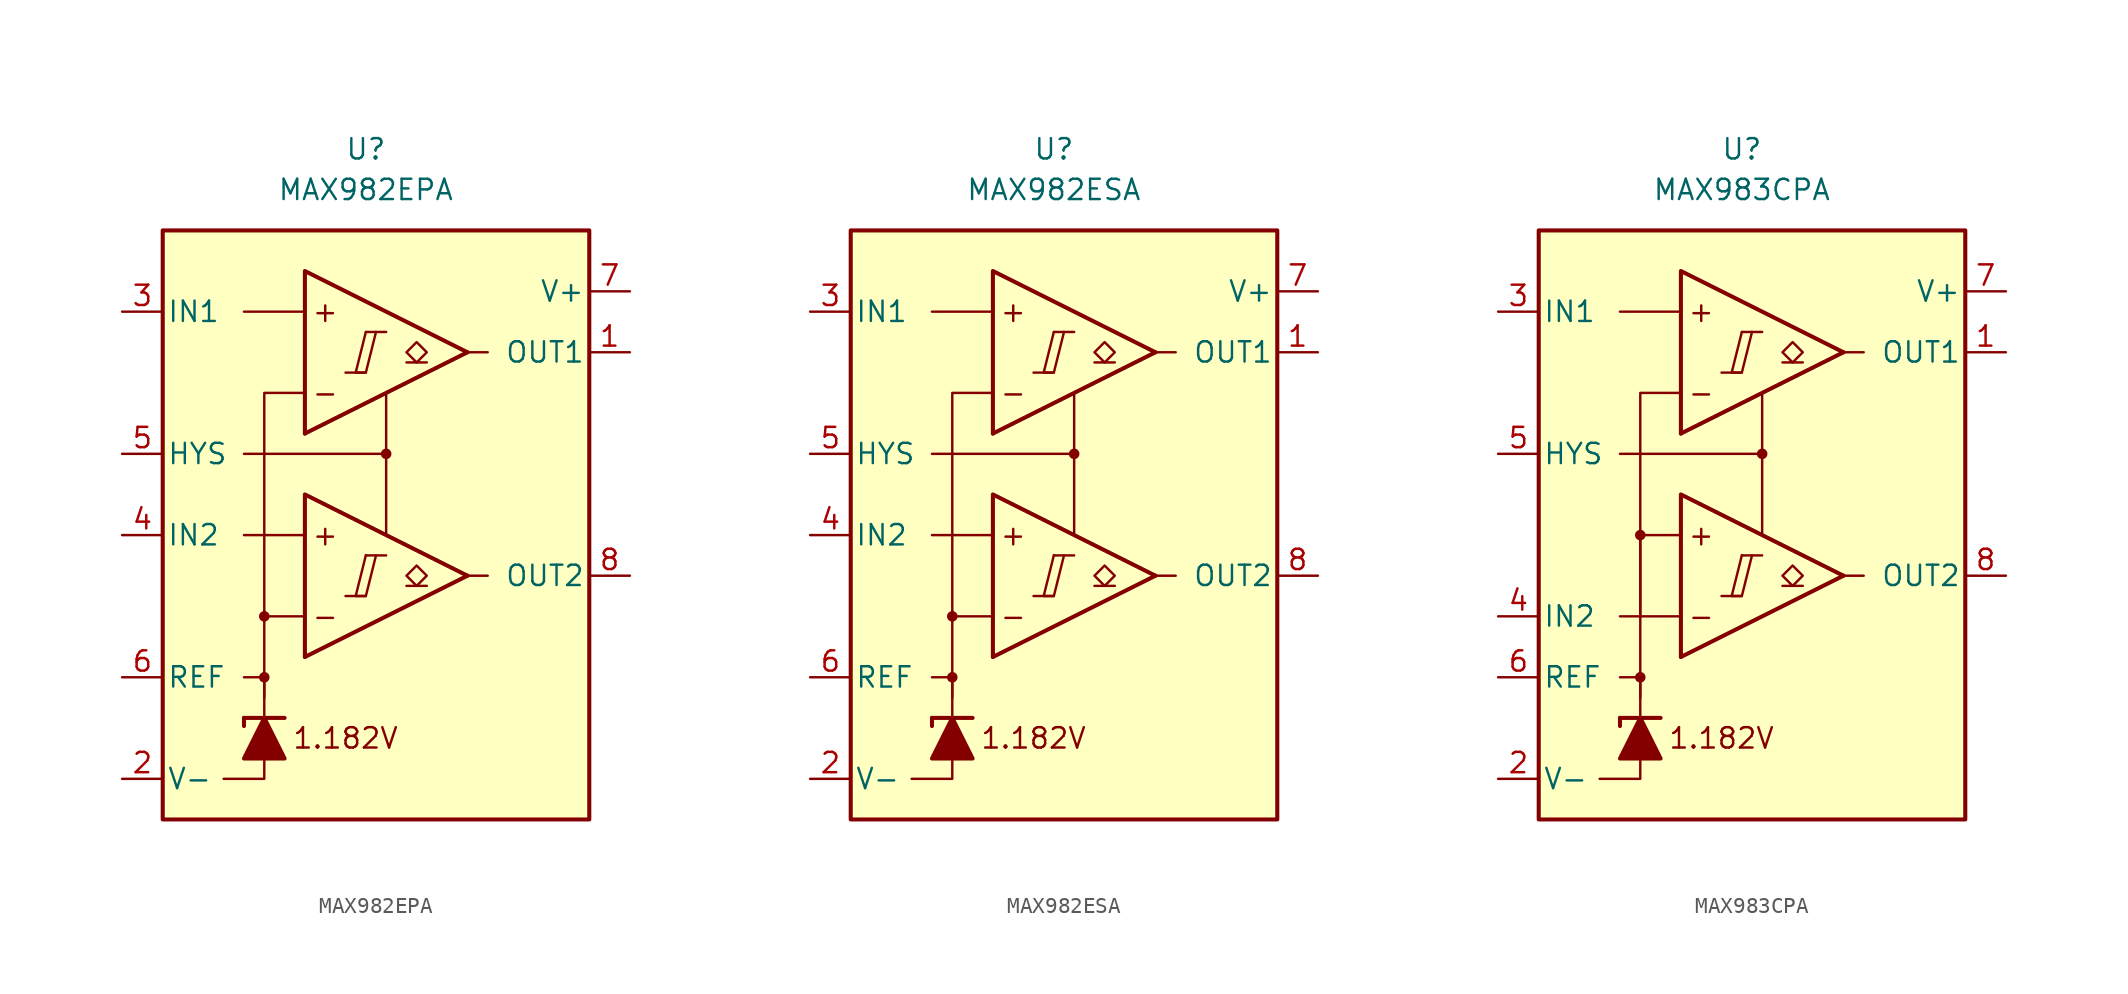
<source format=kicad_sym>
(kicad_symbol_lib
  (version 20211014)
  (generator kicad_symbol_editor)
  (symbol "MAX982EPA"
    (pin_names
      (offset 0.254))
    (property "Reference" "U"
      (at -1.27 22.86 0)
      (effects (font (size 1.27 1.27))))
    (property "Value" "MAX982EPA"
      (at -1.27 20.32 0)
      (effects (font (size 1.27 1.27))))
    (symbol "MAX982EPA_0_0"
      (rectangle (start -13.97 17.78) (end 12.7 -19.05) (stroke (width 0.254) (type default) (color 0 0 0 0)) (fill (type background)))
      (circle (center -7.62 -10.16) (radius 0.254) (stroke (width 0.152) (type default) (color 0 0 0 0)) (fill (type outline)))
      (circle (center -7.62 -6.35) (radius 0.254) (stroke (width 0.152) (type default) (color 0 0 0 0)) (fill (type outline)))
      (polyline (pts (xy -2.54 -5.08) (xy -1.27 -5.08)) (stroke (width 0.152) (type default) (color 0 0 0 0)) (fill (type none)))
      (polyline (pts (xy -2.54 8.89) (xy -1.27 8.89)) (stroke (width 0.152) (type default) (color 0 0 0 0)) (fill (type none)))
      (polyline (pts (xy -1.27 -2.54) (xy 0 -2.54)) (stroke (width 0.152) (type default) (color 0 0 0 0)) (fill (type none)))
      (polyline (pts (xy -1.27 11.43) (xy 0 11.43)) (stroke (width 0.152) (type default) (color 0 0 0 0)) (fill (type none)))
      (polyline (pts (xy 5.08 -3.81) (xy -5.08 -8.89)) (stroke (width 0.254) (type default) (color 0 0 0 0)) (fill (type none)))
      (polyline (pts (xy 5.08 10.16) (xy -5.08 5.08)) (stroke (width 0.254) (type default) (color 0 0 0 0)) (fill (type none)))
      (polyline (pts (xy 5.08 -3.81) (xy -5.08 1.27) (xy -5.08 -8.89)) (stroke (width 0.254) (type default) (color 0 0 0 0)) (fill (type background)))
      (polyline (pts (xy 5.08 10.16) (xy -5.08 15.24) (xy -5.08 5.08)) (stroke (width 0.254) (type default) (color 0 0 0 0)) (fill (type background)))
      (polyline (pts (xy -1.27 -2.54) (xy -1.905 -5.08) (xy -1.27 -5.08) (xy -0.635 -2.54)) (stroke (width 0.152) (type default) (color 0 0 0 0)) (fill (type none)))
      (polyline (pts (xy -1.27 11.43) (xy -1.905 8.89) (xy -1.27 8.89) (xy -0.635 11.43)) (stroke (width 0.152) (type default) (color 0 0 0 0)) (fill (type none)))
      (circle (center 0 3.81) (radius 0.254) (stroke (width 0.152) (type default) (color 0 0 0 0)) (fill (type outline)))
      (text "+" (at -3.81 -1.27 0) (effects (font (size 1.27 1.27))))
      (text "+" (at -3.81 12.7 0) (effects (font (size 1.27 1.27))))
      (text "-" (at -3.81 -6.35 0) (effects (font (size 1.27 1.27))))
      (text "-" (at -3.81 7.62 0) (effects (font (size 1.27 1.27))))
      (text "1.182V" (at -2.54 -13.97 0) (effects (font (size 1.27 1.27)))))
    (symbol "MAX982EPA_0_1"
      (polyline (pts (xy -8.89 -12.7) (xy -8.89 -13.208)) (stroke (width 0.254) (type default) (color 0 0 0 0)) (fill (type none)))
      (polyline (pts (xy -8.89 -12.7) (xy -6.35 -12.7)) (stroke (width 0.254) (type default) (color 0 0 0 0)) (fill (type none)))
      (polyline (pts (xy -5.08 -1.27) (xy -8.89 -1.27)) (stroke (width 0) (type default) (color 0 0 0 0)) (fill (type none)))
      (polyline (pts (xy -5.08 12.7) (xy -8.89 12.7)) (stroke (width 0) (type default) (color 0 0 0 0)) (fill (type none)))
      (polyline (pts (xy 0 3.81) (xy 0 -1.27)) (stroke (width 0) (type default) (color 0 0 0 0)) (fill (type none)))
      (polyline (pts (xy 5.08 -3.81) (xy 6.35 -3.81)) (stroke (width 0) (type default) (color 0 0 0 0)) (fill (type none)))
      (polyline (pts (xy 5.08 10.16) (xy 6.35 10.16)) (stroke (width 0) (type default) (color 0 0 0 0)) (fill (type none)))
      (polyline (pts (xy -7.62 -15.24) (xy -7.62 -16.51) (xy -10.16 -16.51)) (stroke (width 0) (type default) (color 0 0 0 0)) (fill (type none)))
      (polyline (pts (xy -7.62 -12.7) (xy -7.62 -10.16) (xy -8.89 -10.16)) (stroke (width 0) (type default) (color 0 0 0 0)) (fill (type none)))
      (polyline (pts (xy -7.62 -11.43) (xy -7.62 -6.35) (xy -5.08 -6.35)) (stroke (width 0) (type default) (color 0 0 0 0)) (fill (type none)))
      (polyline (pts (xy -7.62 -6.35) (xy -7.62 7.62) (xy -5.08 7.62)) (stroke (width 0) (type default) (color 0 0 0 0)) (fill (type none)))
      (polyline (pts (xy 0 7.62) (xy 0 3.81) (xy -8.89 3.81)) (stroke (width 0) (type default) (color 0 0 0 0)) (fill (type none)))
      (polyline (pts (xy -6.35 -15.24) (xy -8.89 -15.24) (xy -7.62 -12.7) (xy -6.35 -15.24)) (stroke (width 0.254) (type default) (color 0 0 0 0)) (fill (type outline))))
    (symbol "MAX982EPA_1_1"
      (polyline (pts (xy 2.54 -4.445) (xy 1.27 -4.445)) (stroke (width 0.152) (type default) (color 0 0 0 0)) (fill (type none)))
      (polyline (pts (xy 2.54 9.525) (xy 1.27 9.525)) (stroke (width 0.152) (type default) (color 0 0 0 0)) (fill (type none)))
      (polyline (pts (xy 1.905 -4.445) (xy 1.27 -3.81) (xy 1.905 -3.175) (xy 2.54 -3.81) (xy 1.905 -4.445)) (stroke (width 0.152) (type default) (color 0 0 0 0)) (fill (type none)))
      (polyline (pts (xy 1.905 9.525) (xy 1.27 10.16) (xy 1.905 10.795) (xy 2.54 10.16) (xy 1.905 9.525)) (stroke (width 0.152) (type default) (color 0 0 0 0)) (fill (type none)))
      (pin output line (at 15.24 10.16 180) (length 2.54) (name "OUT1" (effects (font (size 1.27 1.27)))) (number "1" (effects (font (size 1.27 1.27)))))
      (pin power_in line (at -16.51 -16.51 0) (length 2.54) (name "V-" (effects (font (size 1.27 1.27)))) (number "2" (effects (font (size 1.27 1.27)))))
      (pin input line (at -16.51 12.7 0) (length 2.54) (name "IN1" (effects (font (size 1.27 1.27)))) (number "3" (effects (font (size 1.27 1.27)))))
      (pin input line (at -16.51 -1.27 0) (length 2.54) (name "IN2" (effects (font (size 1.27 1.27)))) (number "4" (effects (font (size 1.27 1.27)))))
      (pin input line (at -16.51 3.81 0) (length 2.54) (name "HYS" (effects (font (size 1.27 1.27)))) (number "5" (effects (font (size 1.27 1.27)))))
      (pin output line (at -16.51 -10.16 0) (length 2.54) (name "REF" (effects (font (size 1.27 1.27)))) (number "6" (effects (font (size 1.27 1.27)))))
      (pin power_in line (at 15.24 13.97 180) (length 2.54) (name "V+" (effects (font (size 1.27 1.27)))) (number "7" (effects (font (size 1.27 1.27)))))
      (pin output line (at 15.24 -3.81 180) (length 2.54) (name "OUT2" (effects (font (size 1.27 1.27)))) (number "8" (effects (font (size 1.27 1.27)))))))
  (symbol "MAX982ESA"
    (pin_names
      (offset 0.254))
    (property "Reference" "U"
      (at -1.27 22.86 0)
      (effects (font (size 1.27 1.27))))
    (property "Value" "MAX982ESA"
      (at -1.27 20.32 0)
      (effects (font (size 1.27 1.27))))
    (symbol "MAX982ESA_0_0"
      (rectangle (start -13.97 17.78) (end 12.7 -19.05) (stroke (width 0.254) (type default) (color 0 0 0 0)) (fill (type background)))
      (circle (center -7.62 -10.16) (radius 0.254) (stroke (width 0.152) (type default) (color 0 0 0 0)) (fill (type outline)))
      (circle (center -7.62 -6.35) (radius 0.254) (stroke (width 0.152) (type default) (color 0 0 0 0)) (fill (type outline)))
      (polyline (pts (xy -2.54 -5.08) (xy -1.27 -5.08)) (stroke (width 0.152) (type default) (color 0 0 0 0)) (fill (type none)))
      (polyline (pts (xy -2.54 8.89) (xy -1.27 8.89)) (stroke (width 0.152) (type default) (color 0 0 0 0)) (fill (type none)))
      (polyline (pts (xy -1.27 -2.54) (xy 0 -2.54)) (stroke (width 0.152) (type default) (color 0 0 0 0)) (fill (type none)))
      (polyline (pts (xy -1.27 11.43) (xy 0 11.43)) (stroke (width 0.152) (type default) (color 0 0 0 0)) (fill (type none)))
      (polyline (pts (xy 5.08 -3.81) (xy -5.08 -8.89)) (stroke (width 0.254) (type default) (color 0 0 0 0)) (fill (type none)))
      (polyline (pts (xy 5.08 10.16) (xy -5.08 5.08)) (stroke (width 0.254) (type default) (color 0 0 0 0)) (fill (type none)))
      (polyline (pts (xy 5.08 -3.81) (xy -5.08 1.27) (xy -5.08 -8.89)) (stroke (width 0.254) (type default) (color 0 0 0 0)) (fill (type background)))
      (polyline (pts (xy 5.08 10.16) (xy -5.08 15.24) (xy -5.08 5.08)) (stroke (width 0.254) (type default) (color 0 0 0 0)) (fill (type background)))
      (polyline (pts (xy -1.27 -2.54) (xy -1.905 -5.08) (xy -1.27 -5.08) (xy -0.635 -2.54)) (stroke (width 0.152) (type default) (color 0 0 0 0)) (fill (type none)))
      (polyline (pts (xy -1.27 11.43) (xy -1.905 8.89) (xy -1.27 8.89) (xy -0.635 11.43)) (stroke (width 0.152) (type default) (color 0 0 0 0)) (fill (type none)))
      (circle (center 0 3.81) (radius 0.254) (stroke (width 0.152) (type default) (color 0 0 0 0)) (fill (type outline)))
      (text "+" (at -3.81 -1.27 0) (effects (font (size 1.27 1.27))))
      (text "+" (at -3.81 12.7 0) (effects (font (size 1.27 1.27))))
      (text "-" (at -3.81 -6.35 0) (effects (font (size 1.27 1.27))))
      (text "-" (at -3.81 7.62 0) (effects (font (size 1.27 1.27))))
      (text "1.182V" (at -2.54 -13.97 0) (effects (font (size 1.27 1.27)))))
    (symbol "MAX982ESA_0_1"
      (polyline (pts (xy -8.89 -12.7) (xy -8.89 -13.208)) (stroke (width 0.254) (type default) (color 0 0 0 0)) (fill (type none)))
      (polyline (pts (xy -8.89 -12.7) (xy -6.35 -12.7)) (stroke (width 0.254) (type default) (color 0 0 0 0)) (fill (type none)))
      (polyline (pts (xy -5.08 -1.27) (xy -8.89 -1.27)) (stroke (width 0) (type default) (color 0 0 0 0)) (fill (type none)))
      (polyline (pts (xy -5.08 12.7) (xy -8.89 12.7)) (stroke (width 0) (type default) (color 0 0 0 0)) (fill (type none)))
      (polyline (pts (xy 0 3.81) (xy 0 -1.27)) (stroke (width 0) (type default) (color 0 0 0 0)) (fill (type none)))
      (polyline (pts (xy 5.08 -3.81) (xy 6.35 -3.81)) (stroke (width 0) (type default) (color 0 0 0 0)) (fill (type none)))
      (polyline (pts (xy 5.08 10.16) (xy 6.35 10.16)) (stroke (width 0) (type default) (color 0 0 0 0)) (fill (type none)))
      (polyline (pts (xy -7.62 -15.24) (xy -7.62 -16.51) (xy -10.16 -16.51)) (stroke (width 0) (type default) (color 0 0 0 0)) (fill (type none)))
      (polyline (pts (xy -7.62 -12.7) (xy -7.62 -10.16) (xy -8.89 -10.16)) (stroke (width 0) (type default) (color 0 0 0 0)) (fill (type none)))
      (polyline (pts (xy -7.62 -11.43) (xy -7.62 -6.35) (xy -5.08 -6.35)) (stroke (width 0) (type default) (color 0 0 0 0)) (fill (type none)))
      (polyline (pts (xy -7.62 -6.35) (xy -7.62 7.62) (xy -5.08 7.62)) (stroke (width 0) (type default) (color 0 0 0 0)) (fill (type none)))
      (polyline (pts (xy 0 7.62) (xy 0 3.81) (xy -8.89 3.81)) (stroke (width 0) (type default) (color 0 0 0 0)) (fill (type none)))
      (polyline (pts (xy -6.35 -15.24) (xy -8.89 -15.24) (xy -7.62 -12.7) (xy -6.35 -15.24)) (stroke (width 0.254) (type default) (color 0 0 0 0)) (fill (type outline))))
    (symbol "MAX982ESA_1_1"
      (polyline (pts (xy 2.54 -4.445) (xy 1.27 -4.445)) (stroke (width 0.152) (type default) (color 0 0 0 0)) (fill (type none)))
      (polyline (pts (xy 2.54 9.525) (xy 1.27 9.525)) (stroke (width 0.152) (type default) (color 0 0 0 0)) (fill (type none)))
      (polyline (pts (xy 1.905 -4.445) (xy 1.27 -3.81) (xy 1.905 -3.175) (xy 2.54 -3.81) (xy 1.905 -4.445)) (stroke (width 0.152) (type default) (color 0 0 0 0)) (fill (type none)))
      (polyline (pts (xy 1.905 9.525) (xy 1.27 10.16) (xy 1.905 10.795) (xy 2.54 10.16) (xy 1.905 9.525)) (stroke (width 0.152) (type default) (color 0 0 0 0)) (fill (type none)))
      (pin output line (at 15.24 10.16 180) (length 2.54) (name "OUT1" (effects (font (size 1.27 1.27)))) (number "1" (effects (font (size 1.27 1.27)))))
      (pin power_in line (at -16.51 -16.51 0) (length 2.54) (name "V-" (effects (font (size 1.27 1.27)))) (number "2" (effects (font (size 1.27 1.27)))))
      (pin input line (at -16.51 12.7 0) (length 2.54) (name "IN1" (effects (font (size 1.27 1.27)))) (number "3" (effects (font (size 1.27 1.27)))))
      (pin input line (at -16.51 -1.27 0) (length 2.54) (name "IN2" (effects (font (size 1.27 1.27)))) (number "4" (effects (font (size 1.27 1.27)))))
      (pin input line (at -16.51 3.81 0) (length 2.54) (name "HYS" (effects (font (size 1.27 1.27)))) (number "5" (effects (font (size 1.27 1.27)))))
      (pin output line (at -16.51 -10.16 0) (length 2.54) (name "REF" (effects (font (size 1.27 1.27)))) (number "6" (effects (font (size 1.27 1.27)))))
      (pin power_in line (at 15.24 13.97 180) (length 2.54) (name "V+" (effects (font (size 1.27 1.27)))) (number "7" (effects (font (size 1.27 1.27)))))
      (pin output line (at 15.24 -3.81 180) (length 2.54) (name "OUT2" (effects (font (size 1.27 1.27)))) (number "8" (effects (font (size 1.27 1.27)))))))
  (symbol "MAX983CPA"
    (pin_names
      (offset 0.254))
    (property "Reference" "U"
      (at -1.27 22.86 0)
      (effects (font (size 1.27 1.27))))
    (property "Value" "MAX983CPA"
      (at -1.27 20.32 0)
      (effects (font (size 1.27 1.27))))
    (symbol "MAX983CPA_0_0"
      (rectangle (start -13.97 17.78) (end 12.7 -19.05) (stroke (width 0.254) (type default) (color 0 0 0 0)) (fill (type background)))
      (circle (center -7.62 -10.16) (radius 0.254) (stroke (width 0.152) (type default) (color 0 0 0 0)) (fill (type outline)))
      (circle (center -7.62 -1.27) (radius 0.254) (stroke (width 0.152) (type default) (color 0 0 0 0)) (fill (type outline)))
      (polyline (pts (xy -2.54 -5.08) (xy -1.27 -5.08)) (stroke (width 0.152) (type default) (color 0 0 0 0)) (fill (type none)))
      (polyline (pts (xy -2.54 8.89) (xy -1.27 8.89)) (stroke (width 0.152) (type default) (color 0 0 0 0)) (fill (type none)))
      (polyline (pts (xy -1.27 -2.54) (xy 0 -2.54)) (stroke (width 0.152) (type default) (color 0 0 0 0)) (fill (type none)))
      (polyline (pts (xy -1.27 11.43) (xy 0 11.43)) (stroke (width 0.152) (type default) (color 0 0 0 0)) (fill (type none)))
      (polyline (pts (xy 5.08 -3.81) (xy -5.08 -8.89)) (stroke (width 0.254) (type default) (color 0 0 0 0)) (fill (type none)))
      (polyline (pts (xy 5.08 10.16) (xy -5.08 5.08)) (stroke (width 0.254) (type default) (color 0 0 0 0)) (fill (type none)))
      (polyline (pts (xy 5.08 -3.81) (xy -5.08 1.27) (xy -5.08 -8.89)) (stroke (width 0.254) (type default) (color 0 0 0 0)) (fill (type background)))
      (polyline (pts (xy 5.08 10.16) (xy -5.08 15.24) (xy -5.08 5.08)) (stroke (width 0.254) (type default) (color 0 0 0 0)) (fill (type background)))
      (polyline (pts (xy -1.27 -2.54) (xy -1.905 -5.08) (xy -1.27 -5.08) (xy -0.635 -2.54)) (stroke (width 0.152) (type default) (color 0 0 0 0)) (fill (type none)))
      (polyline (pts (xy -1.27 11.43) (xy -1.905 8.89) (xy -1.27 8.89) (xy -0.635 11.43)) (stroke (width 0.152) (type default) (color 0 0 0 0)) (fill (type none)))
      (circle (center 0 3.81) (radius 0.254) (stroke (width 0.152) (type default) (color 0 0 0 0)) (fill (type outline)))
      (text "+" (at -3.81 -1.27 0) (effects (font (size 1.27 1.27))))
      (text "+" (at -3.81 12.7 0) (effects (font (size 1.27 1.27))))
      (text "-" (at -3.81 -6.35 0) (effects (font (size 1.27 1.27))))
      (text "-" (at -3.81 7.62 0) (effects (font (size 1.27 1.27))))
      (text "1.182V" (at -2.54 -13.97 0) (effects (font (size 1.27 1.27)))))
    (symbol "MAX983CPA_0_1"
      (polyline (pts (xy -8.89 -12.7) (xy -8.89 -13.208)) (stroke (width 0.254) (type default) (color 0 0 0 0)) (fill (type none)))
      (polyline (pts (xy -8.89 -12.7) (xy -6.35 -12.7)) (stroke (width 0.254) (type default) (color 0 0 0 0)) (fill (type none)))
      (polyline (pts (xy -5.08 -6.35) (xy -8.89 -6.35)) (stroke (width 0) (type default) (color 0 0 0 0)) (fill (type none)))
      (polyline (pts (xy -5.08 12.7) (xy -8.89 12.7)) (stroke (width 0) (type default) (color 0 0 0 0)) (fill (type none)))
      (polyline (pts (xy 0 3.81) (xy 0 -1.27)) (stroke (width 0) (type default) (color 0 0 0 0)) (fill (type none)))
      (polyline (pts (xy 5.08 -3.81) (xy 6.35 -3.81)) (stroke (width 0) (type default) (color 0 0 0 0)) (fill (type none)))
      (polyline (pts (xy 5.08 10.16) (xy 6.35 10.16)) (stroke (width 0) (type default) (color 0 0 0 0)) (fill (type none)))
      (polyline (pts (xy -7.62 -15.24) (xy -7.62 -16.51) (xy -10.16 -16.51)) (stroke (width 0) (type default) (color 0 0 0 0)) (fill (type none)))
      (polyline (pts (xy -7.62 -12.7) (xy -7.62 -10.16) (xy -8.89 -10.16)) (stroke (width 0) (type default) (color 0 0 0 0)) (fill (type none)))
      (polyline (pts (xy -7.62 -11.43) (xy -7.62 -1.27) (xy -5.08 -1.27)) (stroke (width 0) (type default) (color 0 0 0 0)) (fill (type none)))
      (polyline (pts (xy -7.62 -6.35) (xy -7.62 7.62) (xy -5.08 7.62)) (stroke (width 0) (type default) (color 0 0 0 0)) (fill (type none)))
      (polyline (pts (xy 0 7.62) (xy 0 3.81) (xy -8.89 3.81)) (stroke (width 0) (type default) (color 0 0 0 0)) (fill (type none)))
      (polyline (pts (xy -6.35 -15.24) (xy -8.89 -15.24) (xy -7.62 -12.7) (xy -6.35 -15.24)) (stroke (width 0.254) (type default) (color 0 0 0 0)) (fill (type outline))))
    (symbol "MAX983CPA_1_1"
      (polyline (pts (xy 2.54 -4.445) (xy 1.27 -4.445)) (stroke (width 0.152) (type default) (color 0 0 0 0)) (fill (type none)))
      (polyline (pts (xy 2.54 9.525) (xy 1.27 9.525)) (stroke (width 0.152) (type default) (color 0 0 0 0)) (fill (type none)))
      (polyline (pts (xy 1.905 -4.445) (xy 1.27 -3.81) (xy 1.905 -3.175) (xy 2.54 -3.81) (xy 1.905 -4.445)) (stroke (width 0.152) (type default) (color 0 0 0 0)) (fill (type none)))
      (polyline (pts (xy 1.905 9.525) (xy 1.27 10.16) (xy 1.905 10.795) (xy 2.54 10.16) (xy 1.905 9.525)) (stroke (width 0.152) (type default) (color 0 0 0 0)) (fill (type none)))
      (pin output line (at 15.24 10.16 180) (length 2.54) (name "OUT1" (effects (font (size 1.27 1.27)))) (number "1" (effects (font (size 1.27 1.27)))))
      (pin power_in line (at -16.51 -16.51 0) (length 2.54) (name "V-" (effects (font (size 1.27 1.27)))) (number "2" (effects (font (size 1.27 1.27)))))
      (pin input line (at -16.51 12.7 0) (length 2.54) (name "IN1" (effects (font (size 1.27 1.27)))) (number "3" (effects (font (size 1.27 1.27)))))
      (pin input line (at -16.51 -6.35 0) (length 2.54) (name "IN2" (effects (font (size 1.27 1.27)))) (number "4" (effects (font (size 1.27 1.27)))))
      (pin input line (at -16.51 3.81 0) (length 2.54) (name "HYS" (effects (font (size 1.27 1.27)))) (number "5" (effects (font (size 1.27 1.27)))))
      (pin output line (at -16.51 -10.16 0) (length 2.54) (name "REF" (effects (font (size 1.27 1.27)))) (number "6" (effects (font (size 1.27 1.27)))))
      (pin power_in line (at 15.24 13.97 180) (length 2.54) (name "V+" (effects (font (size 1.27 1.27)))) (number "7" (effects (font (size 1.27 1.27)))))
      (pin output line (at 15.24 -3.81 180) (length 2.54) (name "OUT2" (effects (font (size 1.27 1.27)))) (number "8" (effects (font (size 1.27 1.27))))))))
</source>
